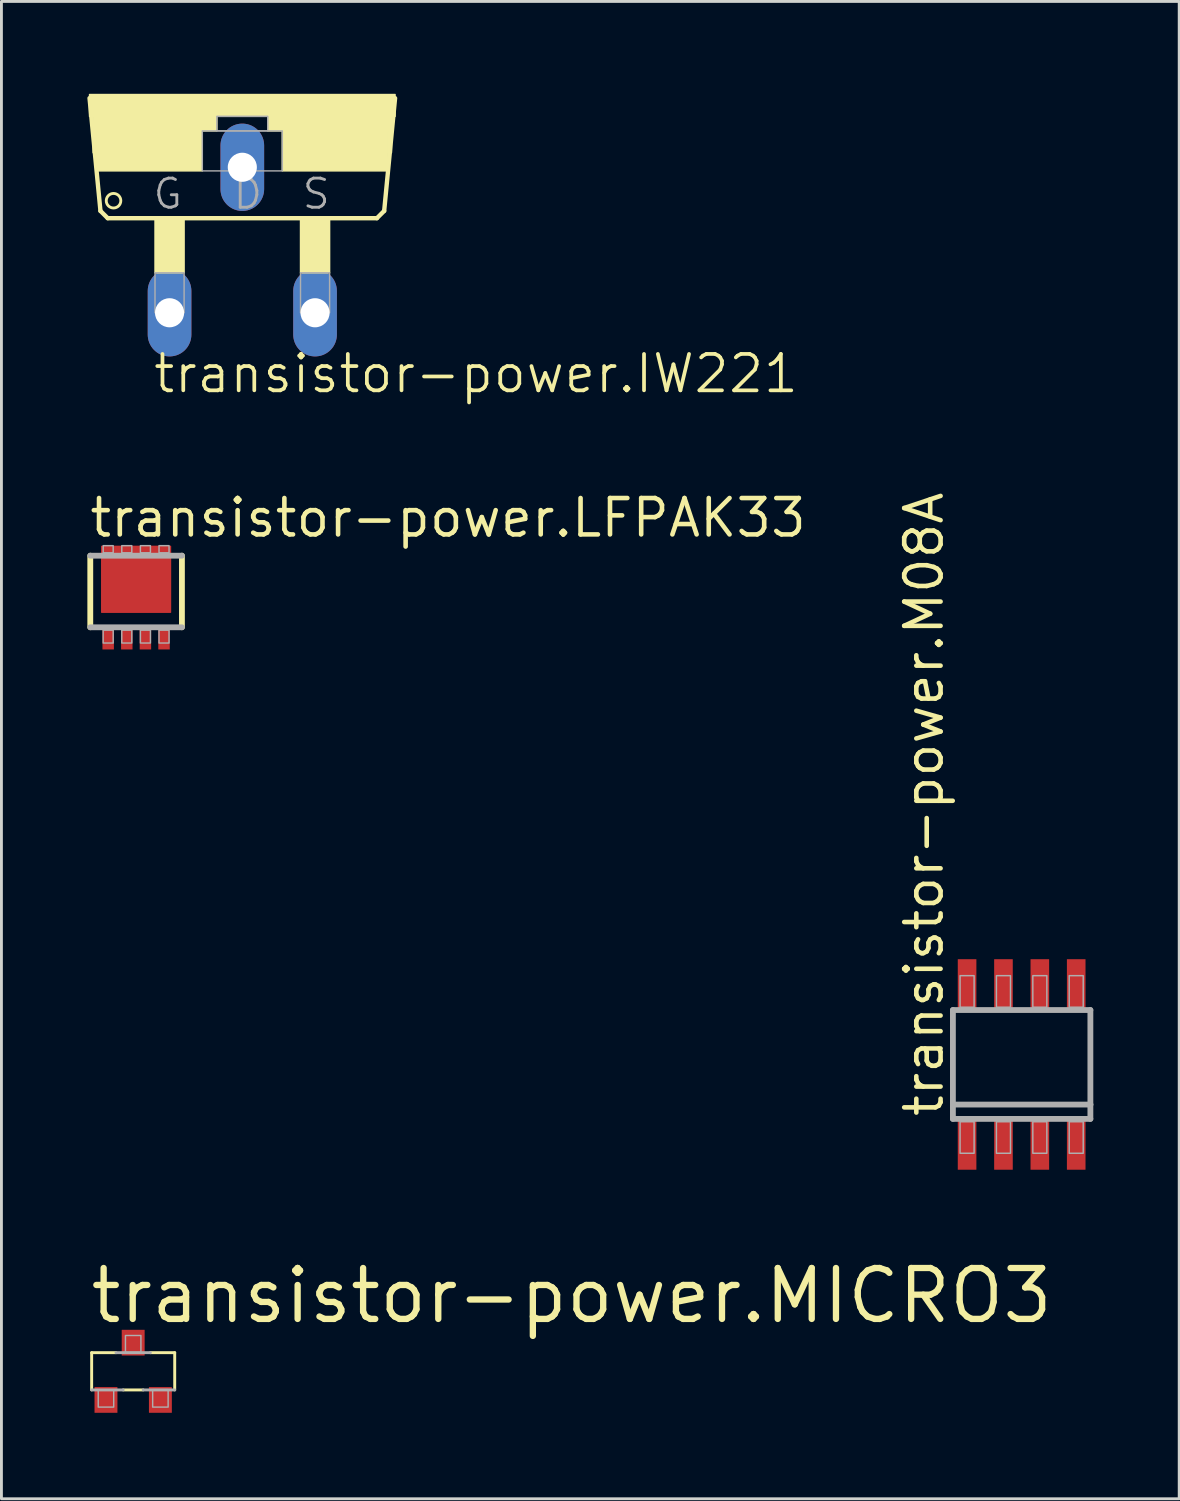
<source format=kicad_pcb>
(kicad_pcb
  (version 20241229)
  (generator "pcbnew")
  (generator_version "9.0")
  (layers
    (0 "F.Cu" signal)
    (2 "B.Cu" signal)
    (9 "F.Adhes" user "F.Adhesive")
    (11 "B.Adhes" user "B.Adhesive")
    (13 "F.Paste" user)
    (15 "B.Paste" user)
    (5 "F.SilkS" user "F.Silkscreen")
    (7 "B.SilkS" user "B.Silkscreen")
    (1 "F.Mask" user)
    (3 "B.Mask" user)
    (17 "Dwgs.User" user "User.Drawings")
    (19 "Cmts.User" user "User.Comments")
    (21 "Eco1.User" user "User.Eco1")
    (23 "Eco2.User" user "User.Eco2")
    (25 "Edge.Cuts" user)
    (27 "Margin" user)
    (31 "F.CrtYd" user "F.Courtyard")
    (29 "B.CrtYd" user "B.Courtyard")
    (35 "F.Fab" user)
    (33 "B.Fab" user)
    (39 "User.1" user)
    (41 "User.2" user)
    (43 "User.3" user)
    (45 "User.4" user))
  (footprint "transistor-power.MICRO3"
    (layer "F.Cu")
    (at 1.6 44.828)
    (property "Reference" "transistor-power.MICRO3" (at -1.6 -1.6 0) (layer "F.SilkS") (effects (font (size 1.778 1.778) (thickness 0.22)) (justify left bottom)))
    (attr smd)
    (fp_line (start -1.45 -0.65) (end -0.6 -0.65) (stroke (width 0.102) (type default)) (layer "F.SilkS"))
    (fp_line (start -1.45 0.65) (end -1.45 -0.65) (stroke (width 0.102) (type default)) (layer "F.SilkS"))
    (fp_line (start 0.35 0.65) (end -0.35 0.65) (stroke (width 0.102) (type default)) (layer "F.SilkS"))
    (fp_line (start 0.6 -0.65) (end 1.45 -0.65) (stroke (width 0.102) (type default)) (layer "F.SilkS"))
    (fp_line (start 1.45 -0.65) (end 1.45 0.65) (stroke (width 0.102) (type default)) (layer "F.SilkS"))
    (fp_line (start -0.6 -0.65) (end 0.6 -0.65) (stroke (width 0.102) (type default)) (layer "F.Fab"))
    (fp_line (start -0.35 0.65) (end -1.45 0.65) (stroke (width 0.102) (type default)) (layer "F.Fab"))
    (fp_line (start 1.45 0.65) (end 0.35 0.65) (stroke (width 0.102) (type default)) (layer "F.Fab"))
    (fp_rect (start -1.22 1.25) (end -0.68 0.65) (stroke (width 0.05) (type default)) (fill no) (layer "F.Fab"))
    (fp_rect (start -0.27 -0.66) (end 0.27 -1.25) (stroke (width 0.05) (type default)) (fill no) (layer "F.Fab"))
    (fp_rect (start 0.68 1.25) (end 1.22 0.64) (stroke (width 0.05) (type default)) (fill no) (layer "F.Fab"))
    (pad "1" smd roundrect (at -0.95 1) (size 0.8 0.9) (layers "F.Cu" "F.Mask" "F.Paste") (roundrect_rratio 0.01))
    (pad "2" smd roundrect (at 0.95 1) (size 0.8 0.9) (layers "F.Cu" "F.Mask" "F.Paste") (roundrect_rratio 0.01))
    (pad "3" smd roundrect (at 0 -1) (size 0.8 0.9) (layers "F.Cu" "F.Mask" "F.Paste") (roundrect_rratio 0.01)))
  (footprint "transistor-power.M08A"
    (layer "F.Cu")
    (at 32.62 34.115)
    (property "Reference" "transistor-power.M08A" (at -2.667 1.905 90) (layer "F.SilkS") (effects (font (size 1.27 1.27) (thickness 0.16)) (justify left bottom)))
    (attr smd)
    (fp_line (start -2.4 -1.9) (end 2.4 -1.9) (stroke (width 0.203) (type default)) (layer "F.Fab"))
    (fp_line (start -2.4 1.4) (end -2.4 -1.9) (stroke (width 0.203) (type default)) (layer "F.Fab"))
    (fp_line (start -2.4 1.9) (end -2.4 1.4) (stroke (width 0.203) (type default)) (layer "F.Fab"))
    (fp_line (start 2.4 -1.9) (end 2.4 1.4) (stroke (width 0.203) (type default)) (layer "F.Fab"))
    (fp_line (start 2.4 1.4) (end -2.4 1.4) (stroke (width 0.203) (type default)) (layer "F.Fab"))
    (fp_line (start 2.4 1.4) (end 2.4 1.9) (stroke (width 0.203) (type default)) (layer "F.Fab"))
    (fp_line (start 2.4 1.9) (end -2.4 1.9) (stroke (width 0.203) (type default)) (layer "F.Fab"))
    (fp_rect (start -2.15 -2) (end -1.66 -3.1) (stroke (width 0.05) (type default)) (fill no) (layer "F.Fab"))
    (fp_rect (start -2.15 3.1) (end -1.66 2) (stroke (width 0.05) (type default)) (fill no) (layer "F.Fab"))
    (fp_rect (start -0.88 -2) (end -0.39 -3.1) (stroke (width 0.05) (type default)) (fill no) (layer "F.Fab"))
    (fp_rect (start -0.88 3.1) (end -0.39 2) (stroke (width 0.05) (type default)) (fill no) (layer "F.Fab"))
    (fp_rect (start 0.39 -2) (end 0.88 -3.1) (stroke (width 0.05) (type default)) (fill no) (layer "F.Fab"))
    (fp_rect (start 0.39 3.1) (end 0.88 2) (stroke (width 0.05) (type default)) (fill no) (layer "F.Fab"))
    (fp_rect (start 1.66 -2) (end 2.15 -3.1) (stroke (width 0.05) (type default)) (fill no) (layer "F.Fab"))
    (fp_rect (start 1.66 3.1) (end 2.15 2) (stroke (width 0.05) (type default)) (fill no) (layer "F.Fab"))
    (pad "1" smd roundrect (at -1.905 2.8) (size 0.65 1.75) (layers "F.Cu" "F.Mask" "F.Paste") (roundrect_rratio 0.01))
    (pad "2" smd roundrect (at -0.635 2.8) (size 0.65 1.75) (layers "F.Cu" "F.Mask" "F.Paste") (roundrect_rratio 0.01))
    (pad "3" smd roundrect (at 0.635 2.8) (size 0.65 1.75) (layers "F.Cu" "F.Mask" "F.Paste") (roundrect_rratio 0.01))
    (pad "4" smd roundrect (at 1.905 2.8) (size 0.65 1.75) (layers "F.Cu" "F.Mask" "F.Paste") (roundrect_rratio 0.01))
    (pad "5" smd roundrect (at 1.905 -2.8) (size 0.65 1.75) (layers "F.Cu" "F.Mask" "F.Paste") (roundrect_rratio 0.01))
    (pad "6" smd roundrect (at 0.635 -2.8) (size 0.65 1.75) (layers "F.Cu" "F.Mask" "F.Paste") (roundrect_rratio 0.01))
    (pad "7" smd roundrect (at -0.635 -2.8) (size 0.65 1.75) (layers "F.Cu" "F.Mask" "F.Paste") (roundrect_rratio 0.01))
    (pad "8" smd roundrect (at -1.905 -2.8) (size 0.65 1.75) (layers "F.Cu" "F.Mask" "F.Paste") (roundrect_rratio 0.01)))
  (footprint "transistor-power.IW221"
    (layer "F.Cu")
    (at 5.41 0.25)
    (property "Reference" "transistor-power.IW221" (at -3.175 10.49 0) (layer "F.SilkS") (effects (font (size 1.27 1.27) (thickness 0.13)) (justify left bottom)))
    (attr through_hole)
    (fp_line (start -4.953 4.064) (end -5.334 0.127) (stroke (width 0.152) (type default)) (layer "F.SilkS"))
    (fp_line (start -4.953 4.064) (end -4.699 4.318) (stroke (width 0.152) (type default)) (layer "F.SilkS"))
    (fp_line (start 4.699 4.318) (end -4.699 4.318) (stroke (width 0.152) (type default)) (layer "F.SilkS"))
    (fp_line (start 4.699 4.318) (end 4.953 4.064) (stroke (width 0.152) (type default)) (layer "F.SilkS"))
    (fp_line (start 5.334 0.127) (end 4.953 4.064) (stroke (width 0.152) (type default)) (layer "F.SilkS"))
    (fp_rect (start -5.334 0.762) (end 5.334 0) (stroke (width 0.05) (type default)) (fill yes) (layer "F.SilkS"))
    (fp_rect (start -5.207 1.27) (end -0.889 0.762) (stroke (width 0.05) (type default)) (fill yes) (layer "F.SilkS"))
    (fp_rect (start -5.207 2.032) (end -5.08 1.27) (stroke (width 0.05) (type default)) (fill yes) (layer "F.SilkS"))
    (fp_rect (start -5.08 2.667) (end -1.397 1.27) (stroke (width 0.05) (type default)) (fill yes) (layer "F.SilkS"))
    (fp_rect (start -3.048 6.223) (end -2.032 4.318) (stroke (width 0.05) (type default)) (fill yes) (layer "F.SilkS"))
    (fp_rect (start 0.889 1.27) (end 5.207 0.762) (stroke (width 0.05) (type default)) (fill yes) (layer "F.SilkS"))
    (fp_rect (start 1.397 2.667) (end 5.08 1.27) (stroke (width 0.05) (type default)) (fill yes) (layer "F.SilkS"))
    (fp_rect (start 2.032 6.223) (end 3.048 4.318) (stroke (width 0.05) (type default)) (fill yes) (layer "F.SilkS"))
    (fp_rect (start 5.08 2.032) (end 5.207 1.27) (stroke (width 0.05) (type default)) (fill yes) (layer "F.SilkS"))
    (fp_circle (center -4.496 3.708) (end -4.242 3.708) (stroke (width 0.1) (type default)) (fill no) (layer "F.SilkS"))
    (fp_rect (start -3.048 7.62) (end -2.032 6.223) (stroke (width 0.05) (type default)) (fill no) (layer "F.Fab"))
    (fp_rect (start -1.397 2.667) (end 1.397 1.27) (stroke (width 0.05) (type default)) (fill no) (layer "F.Fab"))
    (fp_rect (start -0.889 1.27) (end 0.889 0.762) (stroke (width 0.05) (type default)) (fill no) (layer "F.Fab"))
    (fp_rect (start 2.032 7.62) (end 3.048 6.223) (stroke (width 0.05) (type default)) (fill no) (layer "F.Fab"))
    (fp_text user "G" (at -3.175 4.064 0) (layer "F.Fab") (effects (font (size 1.016 1.016) (thickness 0.1)) (justify left bottom)))
    (fp_text user "S" (at 2.032 4.064 0) (layer "F.Fab") (effects (font (size 1.016 1.016) (thickness 0.1)) (justify left bottom)))
    (fp_text user "D" (at -0.381 4.064 0) (layer "F.Fab") (effects (font (size 1.016 1.016) (thickness 0.1)) (justify left bottom)))
    (pad "D" thru_hole oval (at 0 2.54 90) (size 3.048 1.524) (drill 1.016) (layers "*.Cu" "*.Mask"))
    (pad "G" thru_hole oval (at -2.54 7.62 90) (size 3.048 1.524) (drill 1.016) (layers "*.Cu" "*.Mask"))
    (pad "S" thru_hole oval (at 2.54 7.62 90) (size 3.048 1.524) (drill 1.016) (layers "*.Cu" "*.Mask")))
  (footprint "transistor-power.LFPAK33"
    (layer "F.Cu")
    (at 1.702 17.601)
    (property "Reference" "transistor-power.LFPAK33" (at -1.702 -1.829 0) (layer "F.SilkS") (effects (font (size 1.27 1.27) (thickness 0.16)) (justify left bottom)))
    (attr smd)
    (fp_line (start -1.6 1.25) (end -1.6 -1.25) (stroke (width 0.203) (type default)) (layer "F.SilkS"))
    (fp_line (start 1.6 -1.25) (end 1.6 1.25) (stroke (width 0.203) (type default)) (layer "F.SilkS"))
    (fp_line (start -1.6 -1.25) (end 1.6 -1.25) (stroke (width 0.203) (type default)) (layer "F.Fab"))
    (fp_line (start 1.6 1.25) (end -1.6 1.25) (stroke (width 0.203) (type default)) (layer "F.Fab"))
    (fp_rect (start -1.15 -1.35) (end -0.8 -1.6) (stroke (width 0.05) (type default)) (fill no) (layer "F.Fab"))
    (fp_rect (start -1.15 1.8) (end -0.8 1.35) (stroke (width 0.05) (type default)) (fill no) (layer "F.Fab"))
    (fp_rect (start -0.5 -1.35) (end -0.15 -1.6) (stroke (width 0.05) (type default)) (fill no) (layer "F.Fab"))
    (fp_rect (start -0.5 1.8) (end -0.15 1.35) (stroke (width 0.05) (type default)) (fill no) (layer "F.Fab"))
    (fp_rect (start 0.15 -1.35) (end 0.5 -1.6) (stroke (width 0.05) (type default)) (fill no) (layer "F.Fab"))
    (fp_rect (start 0.15 1.8) (end 0.5 1.35) (stroke (width 0.05) (type default)) (fill no) (layer "F.Fab"))
    (fp_rect (start 0.8 -1.35) (end 1.15 -1.6) (stroke (width 0.05) (type default)) (fill no) (layer "F.Fab"))
    (fp_rect (start 0.8 1.8) (end 1.15 1.35) (stroke (width 0.05) (type default)) (fill no) (layer "F.Fab"))
    (pad "1" smd roundrect (at -0.975 1.625) (size 0.4 0.8) (layers "F.Cu" "F.Mask" "F.Paste") (roundrect_rratio 0.01))
    (pad "2" smd roundrect (at -0.325 1.625) (size 0.4 0.8) (layers "F.Cu" "F.Mask" "F.Paste") (roundrect_rratio 0.01))
    (pad "3" smd roundrect (at 0.325 1.625) (size 0.4 0.8) (layers "F.Cu" "F.Mask" "F.Paste") (roundrect_rratio 0.01))
    (pad "4" smd roundrect (at 0.975 1.625) (size 0.4 0.8) (layers "F.Cu" "F.Mask" "F.Paste") (roundrect_rratio 0.01))
    (pad "MB" smd roundrect (at 0 -0.425) (size 2.45 2.35) (layers "F.Cu" "F.Mask" "F.Paste") (roundrect_rratio 0.01)))
  (gr_rect
    (start -3 -3)
    (end 38.121 49.278)
    (stroke (width 0.1) (type default))
    (fill no)
    (layer "Edge.Cuts")))
</source>
